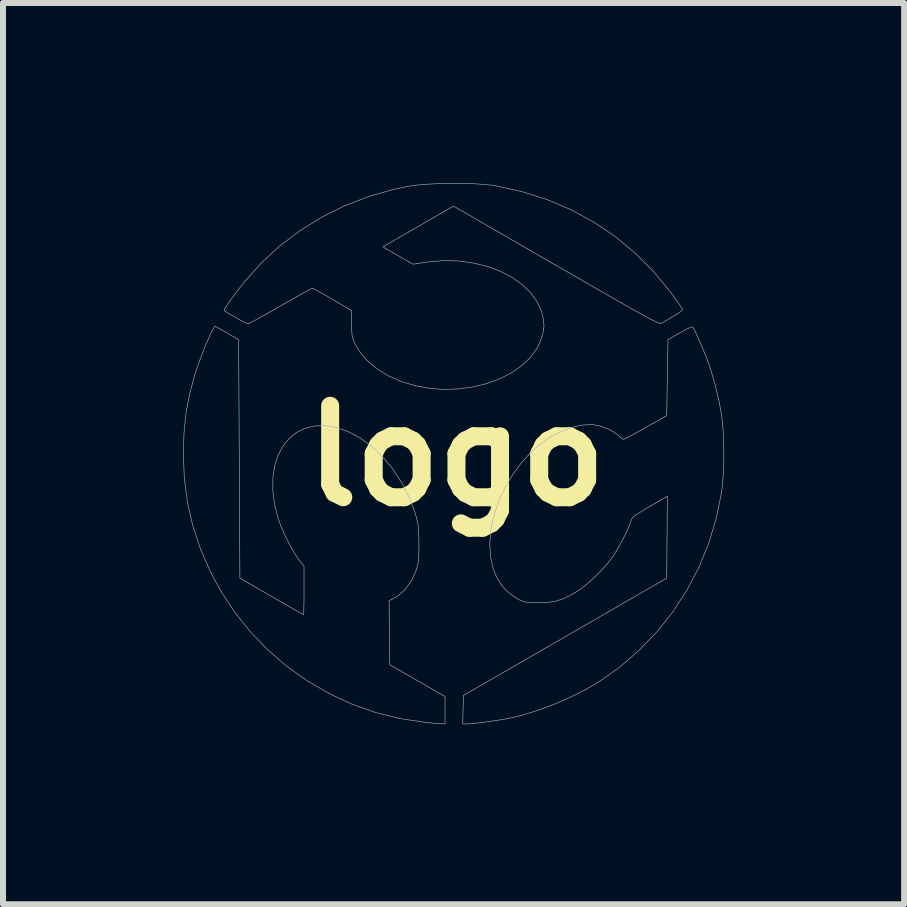
<source format=kicad_pcb>
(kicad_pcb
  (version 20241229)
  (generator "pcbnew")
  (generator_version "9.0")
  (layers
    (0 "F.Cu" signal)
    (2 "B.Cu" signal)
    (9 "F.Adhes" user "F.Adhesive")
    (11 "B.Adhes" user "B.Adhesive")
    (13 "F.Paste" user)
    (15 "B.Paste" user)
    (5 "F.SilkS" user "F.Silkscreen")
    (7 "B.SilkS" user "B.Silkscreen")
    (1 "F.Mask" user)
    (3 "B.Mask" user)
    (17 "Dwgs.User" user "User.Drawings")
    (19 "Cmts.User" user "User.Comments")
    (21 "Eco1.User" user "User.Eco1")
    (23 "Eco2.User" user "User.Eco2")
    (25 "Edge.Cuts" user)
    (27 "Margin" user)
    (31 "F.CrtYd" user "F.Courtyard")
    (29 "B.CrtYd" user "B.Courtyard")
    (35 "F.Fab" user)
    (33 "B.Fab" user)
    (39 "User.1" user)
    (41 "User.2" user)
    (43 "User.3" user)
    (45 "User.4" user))
  (footprint "logo"
    (layer "F.Cu")
    (at 4.556 4.546)
    (property "Reference" "logo" (at 0 0 0) (layer "F.SilkS") (effects (font (size 1.524 1.524) (thickness 0.3))))
    (attr through_hole)
    (fp_poly (pts (xy -4.001 -2.149) (xy -3.951 -2.121) (xy -3.88 -2.081) (xy -3.821 -2.047) (xy -3.63 -1.936) (xy -3.619 0.051) (xy -3.609 2.037) (xy -3.083 2.341) (xy -2.948 2.419) (xy -2.825 2.49) (xy -2.719 2.551) (xy -2.635 2.598) (xy -2.577 2.631) (xy -2.55 2.645) (xy -2.549 2.646) (xy -2.546 2.626) (xy -2.544 2.57) (xy -2.542 2.485) (xy -2.54 2.377) (xy -2.54 2.252) (xy -2.54 2.244) (xy -2.54 1.842) (xy -2.625 1.731) (xy -2.699 1.622) (xy -2.777 1.485) (xy -2.853 1.335) (xy -2.919 1.185) (xy -2.969 1.049) (xy -2.971 1.045) (xy -3.031 0.805) (xy -3.06 0.578) (xy -3.059 0.365) (xy -3.03 0.17) (xy -2.975 -0.006) (xy -2.894 -0.16) (xy -2.79 -0.288) (xy -2.665 -0.39) (xy -2.519 -0.46) (xy -2.355 -0.499) (xy -2.174 -0.502) (xy -2.016 -0.476) (xy -1.808 -0.406) (xy -1.606 -0.298) (xy -1.411 -0.156) (xy -1.229 0.017) (xy -1.063 0.217) (xy -0.916 0.439) (xy -0.792 0.68) (xy -0.694 0.936) (xy -0.686 0.964) (xy -0.662 1.047) (xy -0.646 1.12) (xy -0.635 1.195) (xy -0.63 1.284) (xy -0.627 1.398) (xy -0.626 1.46) (xy -0.626 1.588) (xy -0.629 1.683) (xy -0.635 1.756) (xy -0.646 1.817) (xy -0.663 1.877) (xy -0.673 1.909) (xy -0.752 2.085) (xy -0.854 2.227) (xy -0.98 2.336) (xy -1.043 2.372) (xy -1.123 2.414) (xy -1.117 2.947) (xy -1.111 3.48) (xy -0.651 3.745) (xy -0.191 4.01) (xy -0.191 4.466) (xy -0.259 4.463) (xy -0.312 4.46) (xy -0.392 4.453) (xy -0.485 4.445) (xy -0.519 4.441) (xy -0.941 4.378) (xy -1.352 4.275) (xy -1.75 4.134) (xy -2.131 3.956) (xy -2.494 3.744) (xy -2.835 3.5) (xy -3.153 3.224) (xy -3.445 2.919) (xy -3.709 2.586) (xy -3.941 2.228) (xy -4.097 1.937) (xy -4.265 1.552) (xy -4.393 1.166) (xy -4.483 0.773) (xy -4.535 0.367) (xy -4.551 -0.039) (xy -4.54 -0.384) (xy -4.508 -0.705) (xy -4.45 -1.016) (xy -4.366 -1.331) (xy -4.327 -1.454) (xy -4.29 -1.56) (xy -4.247 -1.675) (xy -4.201 -1.791) (xy -4.154 -1.902) (xy -4.111 -2.001) (xy -4.073 -2.081) (xy -4.043 -2.136) (xy -4.025 -2.159) (xy -4.024 -2.159) (xy -4.001 -2.149)) (stroke (width 0.01) (type solid)) (fill no) (layer "F.Fab"))
    (fp_poly (pts (xy 3.937 -2.146) (xy 3.956 -2.116) (xy 3.987 -2.054) (xy 4.026 -1.969) (xy 4.07 -1.869) (xy 4.115 -1.762) (xy 4.158 -1.656) (xy 4.195 -1.559) (xy 4.216 -1.503) (xy 4.305 -1.205) (xy 4.38 -0.886) (xy 4.416 -0.688) (xy 4.435 -0.53) (xy 4.448 -0.342) (xy 4.454 -0.136) (xy 4.454 0.077) (xy 4.447 0.283) (xy 4.433 0.472) (xy 4.416 0.612) (xy 4.329 1.042) (xy 4.203 1.457) (xy 4.04 1.857) (xy 3.84 2.237) (xy 3.607 2.596) (xy 3.34 2.932) (xy 3.042 3.241) (xy 2.715 3.523) (xy 2.402 3.746) (xy 2.175 3.881) (xy 1.918 4.012) (xy 1.645 4.132) (xy 1.369 4.236) (xy 1.101 4.319) (xy 0.936 4.36) (xy 0.833 4.381) (xy 0.71 4.402) (xy 0.579 4.422) (xy 0.448 4.44) (xy 0.33 4.454) (xy 0.234 4.464) (xy 0.178 4.466) (xy 0.104 4.466) (xy 0.11 4.229) (xy 0.116 3.992) (xy 3.503 2.037) (xy 3.514 0.673) (xy 3.413 0.731) (xy 3.267 0.816) (xy 3.153 0.883) (xy 3.067 0.935) (xy 3.005 0.974) (xy 2.963 1.004) (xy 2.937 1.027) (xy 2.922 1.047) (xy 2.914 1.065) (xy 2.911 1.074) (xy 2.887 1.144) (xy 2.846 1.24) (xy 2.793 1.35) (xy 2.732 1.465) (xy 2.67 1.575) (xy 2.612 1.668) (xy 2.602 1.683) (xy 2.52 1.789) (xy 2.417 1.905) (xy 2.302 2.02) (xy 2.184 2.127) (xy 2.075 2.214) (xy 2.004 2.262) (xy 1.872 2.336) (xy 1.76 2.388) (xy 1.655 2.421) (xy 1.543 2.438) (xy 1.412 2.445) (xy 1.376 2.445) (xy 1.266 2.444) (xy 1.188 2.44) (xy 1.131 2.432) (xy 1.085 2.417) (xy 1.039 2.395) (xy 1.037 2.394) (xy 0.884 2.294) (xy 0.763 2.173) (xy 0.671 2.025) (xy 0.616 1.891) (xy 0.568 1.685) (xy 0.555 1.463) (xy 0.574 1.23) (xy 0.625 0.992) (xy 0.705 0.754) (xy 0.812 0.52) (xy 0.945 0.298) (xy 1.101 0.09) (xy 1.279 -0.097) (xy 1.355 -0.163) (xy 1.528 -0.291) (xy 1.711 -0.393) (xy 1.896 -0.468) (xy 2.076 -0.511) (xy 2.244 -0.522) (xy 2.29 -0.518) (xy 2.396 -0.496) (xy 2.507 -0.456) (xy 2.61 -0.404) (xy 2.69 -0.348) (xy 2.708 -0.331) (xy 2.748 -0.294) (xy 2.779 -0.276) (xy 2.782 -0.275) (xy 2.807 -0.285) (xy 2.862 -0.313) (xy 2.942 -0.356) (xy 3.04 -0.409) (xy 3.15 -0.471) (xy 3.154 -0.473) (xy 3.503 -0.671) (xy 3.514 -1.303) (xy 3.524 -1.936) (xy 3.721 -2.05) (xy 3.809 -2.098) (xy 3.879 -2.132) (xy 3.924 -2.147) (xy 3.937 -2.146)) (stroke (width 0.01) (type solid)) (fill no) (layer "F.Fab"))
    (fp_poly (pts (xy 0.101 -4.54) (xy 0.295 -4.534) (xy 0.47 -4.523) (xy 0.615 -4.507) (xy 0.645 -4.502) (xy 1.09 -4.403) (xy 1.514 -4.269) (xy 1.915 -4.098) (xy 2.294 -3.892) (xy 2.651 -3.65) (xy 2.984 -3.372) (xy 3.293 -3.06) (xy 3.579 -2.713) (xy 3.649 -2.617) (xy 3.7 -2.544) (xy 3.74 -2.483) (xy 3.764 -2.443) (xy 3.768 -2.433) (xy 3.751 -2.415) (xy 3.705 -2.382) (xy 3.64 -2.341) (xy 3.614 -2.326) (xy 3.537 -2.281) (xy 3.47 -2.241) (xy 3.425 -2.214) (xy 3.418 -2.21) (xy 3.408 -2.207) (xy 3.392 -2.208) (xy 3.368 -2.216) (xy 3.334 -2.23) (xy 3.286 -2.252) (xy 3.224 -2.284) (xy 3.145 -2.326) (xy 3.047 -2.38) (xy 2.927 -2.447) (xy 2.783 -2.528) (xy 2.614 -2.625) (xy 2.417 -2.738) (xy 2.189 -2.869) (xy 1.929 -3.019) (xy 1.663 -3.172) (xy -0.049 -4.162) (xy -0.633 -3.825) (xy -0.776 -3.743) (xy -0.906 -3.668) (xy -1.019 -3.602) (xy -1.112 -3.548) (xy -1.179 -3.509) (xy -1.216 -3.487) (xy -1.222 -3.484) (xy -1.207 -3.472) (xy -1.161 -3.444) (xy -1.091 -3.403) (xy -1.004 -3.353) (xy -0.975 -3.337) (xy -0.724 -3.194) (xy -0.484 -3.23) (xy -0.227 -3.253) (xy 0.025 -3.248) (xy 0.269 -3.216) (xy 0.502 -3.16) (xy 0.718 -3.082) (xy 0.914 -2.982) (xy 1.086 -2.862) (xy 1.229 -2.725) (xy 1.341 -2.573) (xy 1.416 -2.406) (xy 1.418 -2.398) (xy 1.449 -2.275) (xy 1.458 -2.168) (xy 1.444 -2.059) (xy 1.418 -1.962) (xy 1.345 -1.797) (xy 1.236 -1.645) (xy 1.094 -1.508) (xy 0.923 -1.388) (xy 0.728 -1.287) (xy 0.513 -1.207) (xy 0.281 -1.149) (xy 0.037 -1.115) (xy -0.216 -1.108) (xy -0.427 -1.123) (xy -0.68 -1.167) (xy -0.917 -1.238) (xy -1.133 -1.334) (xy -1.325 -1.451) (xy -1.488 -1.587) (xy -1.617 -1.74) (xy -1.687 -1.859) (xy -1.714 -1.919) (xy -1.732 -1.973) (xy -1.742 -2.033) (xy -1.746 -2.113) (xy -1.747 -2.201) (xy -1.749 -2.423) (xy -2.065 -2.607) (xy -2.169 -2.668) (xy -2.262 -2.72) (xy -2.335 -2.761) (xy -2.384 -2.786) (xy -2.4 -2.793) (xy -2.423 -2.783) (xy -2.477 -2.755) (xy -2.558 -2.71) (xy -2.662 -2.652) (xy -2.782 -2.584) (xy -2.915 -2.508) (xy -2.932 -2.498) (xy -3.067 -2.421) (xy -3.19 -2.351) (xy -3.297 -2.292) (xy -3.382 -2.245) (xy -3.442 -2.214) (xy -3.471 -2.201) (xy -3.472 -2.201) (xy -3.499 -2.211) (xy -3.551 -2.236) (xy -3.619 -2.272) (xy -3.694 -2.314) (xy -3.766 -2.355) (xy -3.826 -2.391) (xy -3.865 -2.417) (xy -3.873 -2.426) (xy -3.861 -2.452) (xy -3.827 -2.505) (xy -3.777 -2.578) (xy -3.714 -2.665) (xy -3.643 -2.759) (xy -3.57 -2.853) (xy -3.535 -2.897) (xy -3.256 -3.21) (xy -2.947 -3.496) (xy -2.61 -3.751) (xy -2.249 -3.975) (xy -1.866 -4.166) (xy -1.463 -4.322) (xy -1.044 -4.442) (xy -0.804 -4.492) (xy -0.665 -4.512) (xy -0.495 -4.526) (xy -0.304 -4.536) (xy -0.102 -4.541) (xy 0.101 -4.54)) (stroke (width 0.01) (type solid)) (fill no) (layer "F.Fab")))
  (gr_rect
    (start -3 -3)
    (end 12.015 12.017)
    (stroke (width 0.1) (type default))
    (fill no)
    (layer "Edge.Cuts")))
</source>
